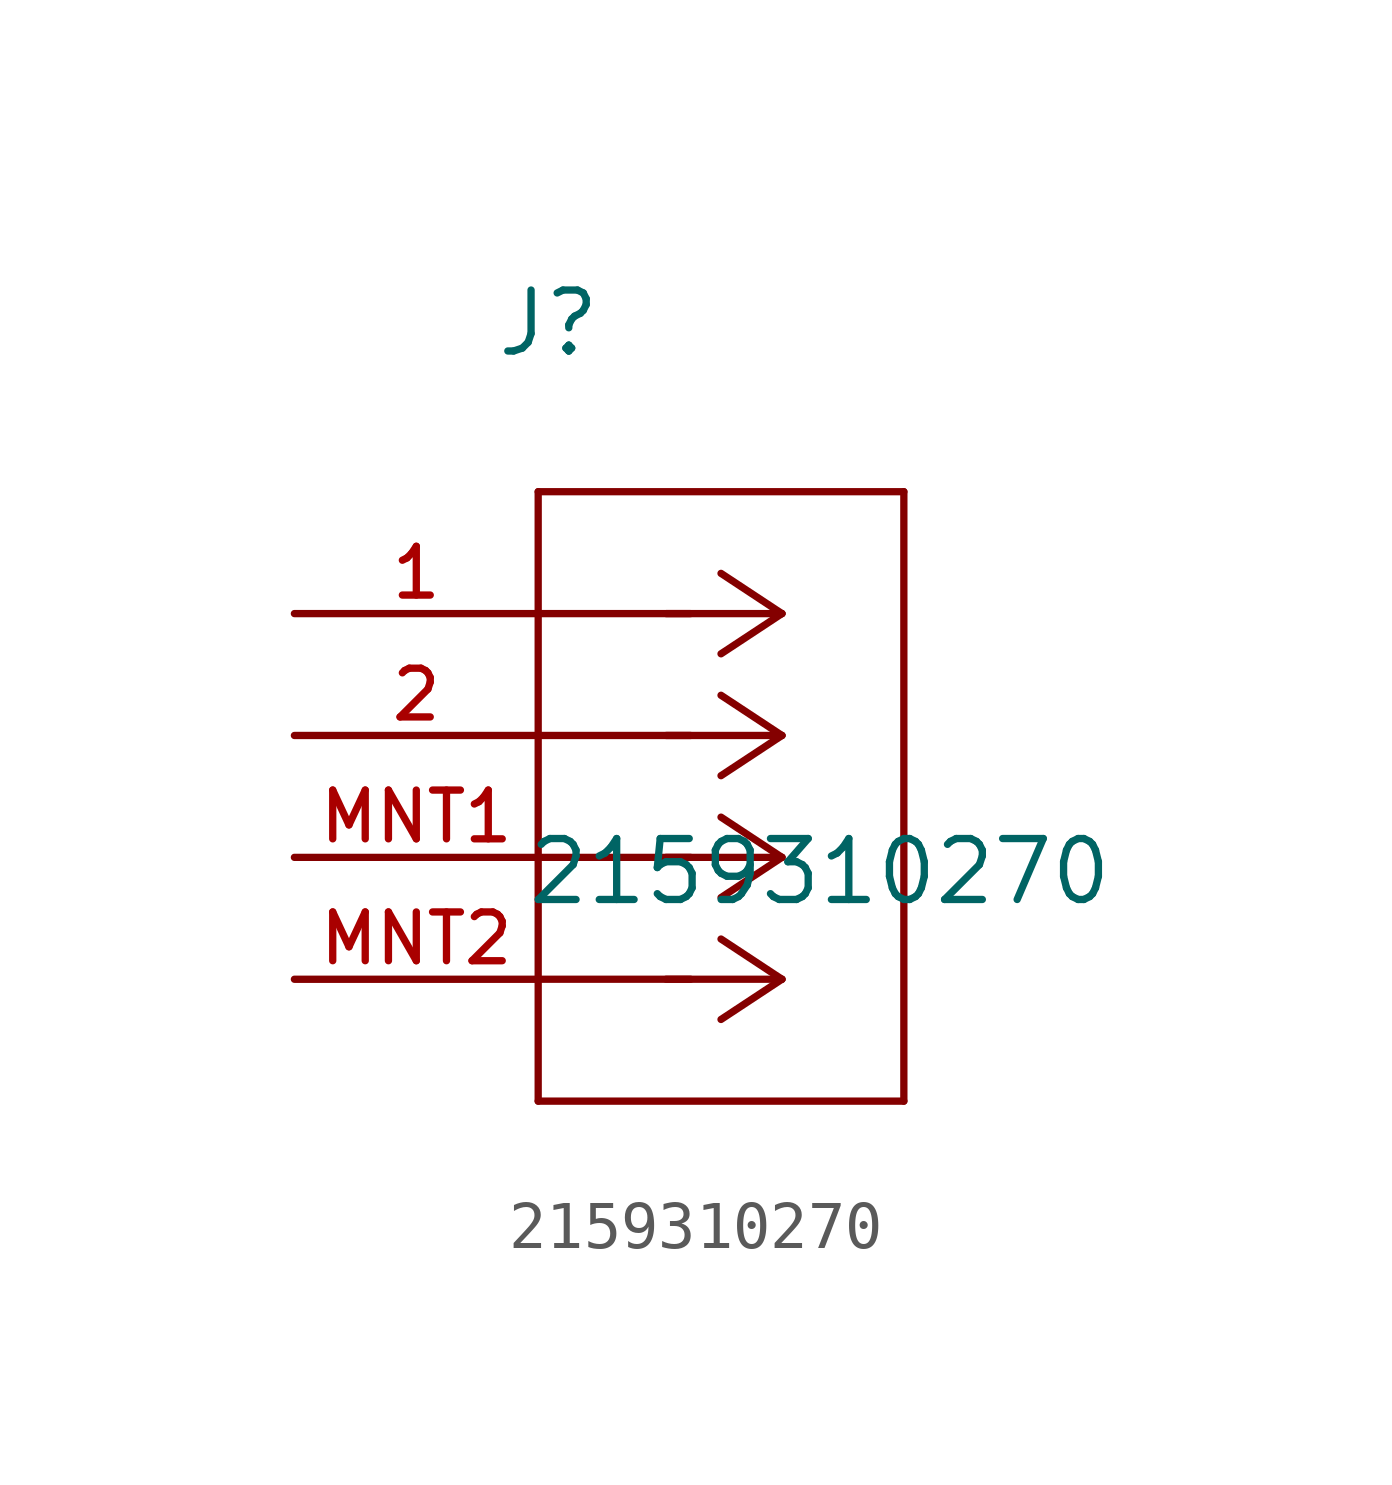
<source format=kicad_sym>
(kicad_symbol_lib
  (version 20241209)
  (generator "kicad_symbol_editor")
  (generator_version "9.0")
  (symbol "2159310270"
    (pin_names
      (offset 1.016))
    (property "Reference" "J"
      (at 4.166 5.309 0)
      (effects (font (size 1.27 1.27)) (justify left bottom)))
    (property "Value" "2159310270"
      (at 4.801 -6.121 0)
      (effects (font (size 1.27 1.27)) (justify left bottom)))
    (symbol "2159310270_0_0"
      (polyline (pts (xy 5.08 2.54) (xy 5.08 -10.16)) (stroke (width 0.152) (type default)) (fill (type none)))
      (polyline (pts (xy 5.08 -10.16) (xy 12.7 -10.16)) (stroke (width 0.152) (type default)) (fill (type none)))
      (polyline (pts (xy 8.255 0) (xy 5.08 0)) (stroke (width 0.152) (type default)) (fill (type none)))
      (polyline (pts (xy 8.255 -2.54) (xy 5.08 -2.54)) (stroke (width 0.152) (type default)) (fill (type none)))
      (polyline (pts (xy 8.255 -5.08) (xy 5.08 -5.08)) (stroke (width 0.152) (type default)) (fill (type none)))
      (polyline (pts (xy 8.255 -7.62) (xy 5.08 -7.62)) (stroke (width 0.152) (type default)) (fill (type none)))
      (polyline (pts (xy 10.16 0) (xy 7.747 0)) (stroke (width 0.152) (type default)) (fill (type none)))
      (polyline (pts (xy 10.16 0) (xy 8.89 0.838)) (stroke (width 0.152) (type default)) (fill (type none)))
      (polyline (pts (xy 10.16 0) (xy 8.89 -0.838)) (stroke (width 0.152) (type default)) (fill (type none)))
      (polyline (pts (xy 10.16 -2.54) (xy 7.747 -2.54)) (stroke (width 0.152) (type default)) (fill (type none)))
      (polyline (pts (xy 10.16 -2.54) (xy 8.89 -1.702)) (stroke (width 0.152) (type default)) (fill (type none)))
      (polyline (pts (xy 10.16 -2.54) (xy 8.89 -3.378)) (stroke (width 0.152) (type default)) (fill (type none)))
      (polyline (pts (xy 10.16 -5.08) (xy 7.747 -5.08)) (stroke (width 0.152) (type default)) (fill (type none)))
      (polyline (pts (xy 10.16 -5.08) (xy 8.89 -4.242)) (stroke (width 0.152) (type default)) (fill (type none)))
      (polyline (pts (xy 10.16 -5.08) (xy 8.89 -5.918)) (stroke (width 0.152) (type default)) (fill (type none)))
      (polyline (pts (xy 10.16 -7.62) (xy 7.747 -7.62)) (stroke (width 0.152) (type default)) (fill (type none)))
      (polyline (pts (xy 10.16 -7.62) (xy 8.89 -6.782)) (stroke (width 0.152) (type default)) (fill (type none)))
      (polyline (pts (xy 10.16 -7.62) (xy 8.89 -8.458)) (stroke (width 0.152) (type default)) (fill (type none)))
      (polyline (pts (xy 12.7 2.54) (xy 5.08 2.54)) (stroke (width 0.152) (type default)) (fill (type none)))
      (polyline (pts (xy 12.7 -10.16) (xy 12.7 2.54)) (stroke (width 0.152) (type default)) (fill (type none))))
    (symbol "2159310270_1_0"
      (pin passive line (at 0 0 0) (length 5.08) (name "~" (effects (font (size 1.016 1.016)))) (number "1" (effects (font (size 1.016 1.016)))))
      (pin passive line (at 0 -2.54 0) (length 5.08) (name "~" (effects (font (size 1.016 1.016)))) (number "2" (effects (font (size 1.016 1.016)))))
      (pin passive line (at 0 -5.08 0) (length 5.08) (name "~" (effects (font (size 1.016 1.016)))) (number "MNT1" (effects (font (size 1.016 1.016)))))
      (pin passive line (at 0 -7.62 0) (length 5.08) (name "~" (effects (font (size 1.016 1.016)))) (number "MNT2" (effects (font (size 1.016 1.016))))))))
</source>
